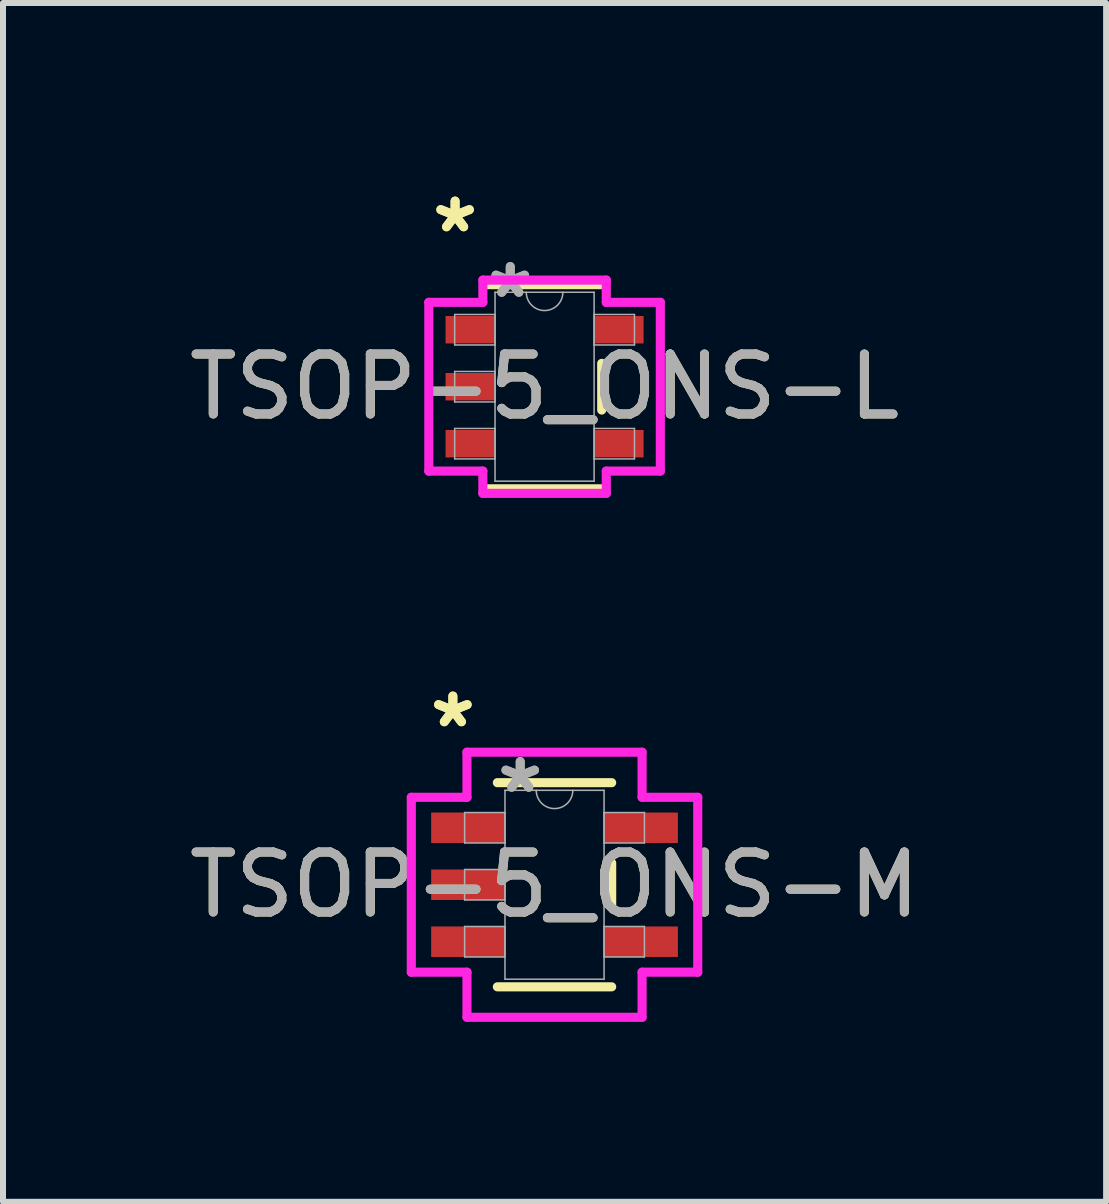
<source format=kicad_pcb>
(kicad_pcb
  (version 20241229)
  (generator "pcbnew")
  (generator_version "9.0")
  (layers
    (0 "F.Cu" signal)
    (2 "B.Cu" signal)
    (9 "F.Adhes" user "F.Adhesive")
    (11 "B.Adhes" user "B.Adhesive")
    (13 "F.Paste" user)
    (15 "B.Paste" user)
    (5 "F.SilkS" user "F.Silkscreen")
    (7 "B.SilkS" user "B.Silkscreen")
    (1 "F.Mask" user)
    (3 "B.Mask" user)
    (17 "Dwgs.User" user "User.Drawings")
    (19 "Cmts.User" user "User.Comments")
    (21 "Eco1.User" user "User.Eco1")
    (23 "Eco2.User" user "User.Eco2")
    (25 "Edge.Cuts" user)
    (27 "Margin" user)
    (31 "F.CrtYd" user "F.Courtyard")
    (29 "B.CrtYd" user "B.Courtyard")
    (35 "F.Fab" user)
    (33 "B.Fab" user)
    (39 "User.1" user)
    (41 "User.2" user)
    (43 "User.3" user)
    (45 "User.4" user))
  (footprint "TSOP-5_ONS-L"
    (layer "F.Cu")
    (at 6.03 3.398)
    (property "Reference" "TSOP-5_ONS-L" (at 0 0 0) (unlocked yes) (layer "F.SilkS") (effects (font (size 1 1) (thickness 0.15))))
    (attr smd)
    (fp_line (start -0.953 1.702) (end 0.953 1.702) (stroke (width 0.152) (type solid)) (layer "F.SilkS"))
    (fp_line (start 0.953 -1.702) (end -0.953 -1.702) (stroke (width 0.152) (type solid)) (layer "F.SilkS"))
    (fp_line (start 0.953 0.389) (end 0.953 -0.389) (stroke (width 0.152) (type solid)) (layer "F.SilkS"))
    (fp_line (start -1.93 -1.407) (end -1.029 -1.407) (stroke (width 0.152) (type solid)) (layer "F.CrtYd"))
    (fp_line (start -1.93 1.407) (end -1.93 -1.407) (stroke (width 0.152) (type solid)) (layer "F.CrtYd"))
    (fp_line (start -1.029 -1.778) (end 1.029 -1.778) (stroke (width 0.152) (type solid)) (layer "F.CrtYd"))
    (fp_line (start -1.029 -1.407) (end -1.029 -1.778) (stroke (width 0.152) (type solid)) (layer "F.CrtYd"))
    (fp_line (start -1.029 1.407) (end -1.93 1.407) (stroke (width 0.152) (type solid)) (layer "F.CrtYd"))
    (fp_line (start -1.029 1.778) (end -1.029 1.407) (stroke (width 0.152) (type solid)) (layer "F.CrtYd"))
    (fp_line (start 1.029 -1.778) (end 1.029 -1.407) (stroke (width 0.152) (type solid)) (layer "F.CrtYd"))
    (fp_line (start 1.029 -1.407) (end 1.93 -1.407) (stroke (width 0.152) (type solid)) (layer "F.CrtYd"))
    (fp_line (start 1.029 1.407) (end 1.029 1.778) (stroke (width 0.152) (type solid)) (layer "F.CrtYd"))
    (fp_line (start 1.029 1.778) (end -1.029 1.778) (stroke (width 0.152) (type solid)) (layer "F.CrtYd"))
    (fp_line (start 1.93 -1.407) (end 1.93 1.407) (stroke (width 0.152) (type solid)) (layer "F.CrtYd"))
    (fp_line (start 1.93 1.407) (end 1.029 1.407) (stroke (width 0.152) (type solid)) (layer "F.CrtYd"))
    (fp_line (start -1.499 -1.204) (end -1.499 -0.696) (stroke (width 0.025) (type solid)) (layer "F.Fab"))
    (fp_line (start -1.499 -0.696) (end -0.826 -0.696) (stroke (width 0.025) (type solid)) (layer "F.Fab"))
    (fp_line (start -1.499 -0.254) (end -1.499 0.254) (stroke (width 0.025) (type solid)) (layer "F.Fab"))
    (fp_line (start -1.499 0.254) (end -0.826 0.254) (stroke (width 0.025) (type solid)) (layer "F.Fab"))
    (fp_line (start -1.499 0.696) (end -1.499 1.204) (stroke (width 0.025) (type solid)) (layer "F.Fab"))
    (fp_line (start -1.499 1.204) (end -0.826 1.204) (stroke (width 0.025) (type solid)) (layer "F.Fab"))
    (fp_line (start -0.826 -1.575) (end -0.826 1.575) (stroke (width 0.025) (type solid)) (layer "F.Fab"))
    (fp_line (start -0.826 -1.204) (end -1.499 -1.204) (stroke (width 0.025) (type solid)) (layer "F.Fab"))
    (fp_line (start -0.826 -0.696) (end -0.826 -1.204) (stroke (width 0.025) (type solid)) (layer "F.Fab"))
    (fp_line (start -0.826 -0.254) (end -1.499 -0.254) (stroke (width 0.025) (type solid)) (layer "F.Fab"))
    (fp_line (start -0.826 0.254) (end -0.826 -0.254) (stroke (width 0.025) (type solid)) (layer "F.Fab"))
    (fp_line (start -0.826 0.696) (end -1.499 0.696) (stroke (width 0.025) (type solid)) (layer "F.Fab"))
    (fp_line (start -0.826 1.204) (end -0.826 0.696) (stroke (width 0.025) (type solid)) (layer "F.Fab"))
    (fp_line (start -0.826 1.575) (end 0.826 1.575) (stroke (width 0.025) (type solid)) (layer "F.Fab"))
    (fp_line (start 0.826 -1.575) (end -0.826 -1.575) (stroke (width 0.025) (type solid)) (layer "F.Fab"))
    (fp_line (start 0.826 -1.204) (end 0.826 -0.696) (stroke (width 0.025) (type solid)) (layer "F.Fab"))
    (fp_line (start 0.826 -0.696) (end 1.499 -0.696) (stroke (width 0.025) (type solid)) (layer "F.Fab"))
    (fp_line (start 0.826 0.696) (end 0.826 1.204) (stroke (width 0.025) (type solid)) (layer "F.Fab"))
    (fp_line (start 0.826 1.204) (end 1.499 1.204) (stroke (width 0.025) (type solid)) (layer "F.Fab"))
    (fp_line (start 0.826 1.575) (end 0.826 -1.575) (stroke (width 0.025) (type solid)) (layer "F.Fab"))
    (fp_line (start 1.499 -1.204) (end 0.826 -1.204) (stroke (width 0.025) (type solid)) (layer "F.Fab"))
    (fp_line (start 1.499 -0.696) (end 1.499 -1.204) (stroke (width 0.025) (type solid)) (layer "F.Fab"))
    (fp_line (start 1.499 0.696) (end 0.826 0.696) (stroke (width 0.025) (type solid)) (layer "F.Fab"))
    (fp_line (start 1.499 1.204) (end 1.499 0.696) (stroke (width 0.025) (type solid)) (layer "F.Fab"))
    (fp_arc (start 0.3048 -1.5748) (mid 0 -1.27) (end -0.3048 -1.5748) (stroke (width 0.0254) (type solid)) (layer "F.Fab"))
    (fp_text user "*" (at -1.492 -2.55 0) (unlocked yes) (layer "F.SilkS") (effects (font (size 1 1) (thickness 0.15))))
    (fp_text user "*" (at -1.492 -2.55 0) (layer "F.SilkS") (effects (font (size 1 1) (thickness 0.15))))
    (fp_text user "*" (at -0.572 -1.458 0) (layer "F.Fab") (effects (font (size 1 1) (thickness 0.15))))
    (fp_text user "${REFERENCE}" (at 0 0 0) (unlocked yes) (layer "F.Fab") (effects (font (size 1 1) (thickness 0.15))))
    (fp_text user "*" (at -0.572 -1.458 0) (unlocked yes) (layer "F.Fab") (effects (font (size 1 1) (thickness 0.15))))
    (pad "1" smd rect (at -1.238 -0.95) (size 0.826 0.457) (layers "F.Cu" "F.Mask" "F.Paste"))
    (pad "2" smd rect (at -1.238 0) (size 0.826 0.457) (layers "F.Cu" "F.Mask" "F.Paste"))
    (pad "3" smd rect (at -1.238 0.95) (size 0.826 0.457) (layers "F.Cu" "F.Mask" "F.Paste"))
    (pad "4" smd rect (at 1.238 0.95) (size 0.826 0.457) (layers "F.Cu" "F.Mask" "F.Paste"))
    (pad "5" smd rect (at 1.238 -0.95) (size 0.826 0.457) (layers "F.Cu" "F.Mask" "F.Paste")))
  (footprint "TSOP-5_ONS-M"
    (layer "F.Cu")
    (at 6.196 11.702)
    (property "Reference" "TSOP-5_ONS-M" (at 0 0 0) (unlocked yes) (layer "F.SilkS") (effects (font (size 1 1) (thickness 0.15))))
    (attr smd)
    (fp_line (start -0.953 1.702) (end 0.953 1.702) (stroke (width 0.152) (type solid)) (layer "F.SilkS"))
    (fp_line (start 0.953 -1.702) (end -0.953 -1.702) (stroke (width 0.152) (type solid)) (layer "F.SilkS"))
    (fp_line (start 0.953 0.363) (end 0.953 -0.363) (stroke (width 0.152) (type solid)) (layer "F.SilkS"))
    (fp_line (start -2.388 -1.458) (end -1.46 -1.458) (stroke (width 0.152) (type solid)) (layer "F.CrtYd"))
    (fp_line (start -2.388 1.458) (end -2.388 -1.458) (stroke (width 0.152) (type solid)) (layer "F.CrtYd"))
    (fp_line (start -1.46 -2.21) (end 1.46 -2.21) (stroke (width 0.152) (type solid)) (layer "F.CrtYd"))
    (fp_line (start -1.46 -1.458) (end -1.46 -2.21) (stroke (width 0.152) (type solid)) (layer "F.CrtYd"))
    (fp_line (start -1.46 1.458) (end -2.388 1.458) (stroke (width 0.152) (type solid)) (layer "F.CrtYd"))
    (fp_line (start -1.46 2.21) (end -1.46 1.458) (stroke (width 0.152) (type solid)) (layer "F.CrtYd"))
    (fp_line (start 1.46 -2.21) (end 1.46 -1.458) (stroke (width 0.152) (type solid)) (layer "F.CrtYd"))
    (fp_line (start 1.46 -1.458) (end 2.388 -1.458) (stroke (width 0.152) (type solid)) (layer "F.CrtYd"))
    (fp_line (start 1.46 1.458) (end 1.46 2.21) (stroke (width 0.152) (type solid)) (layer "F.CrtYd"))
    (fp_line (start 1.46 2.21) (end -1.46 2.21) (stroke (width 0.152) (type solid)) (layer "F.CrtYd"))
    (fp_line (start 2.388 -1.458) (end 2.388 1.458) (stroke (width 0.152) (type solid)) (layer "F.CrtYd"))
    (fp_line (start 2.388 1.458) (end 1.46 1.458) (stroke (width 0.152) (type solid)) (layer "F.CrtYd"))
    (fp_line (start -1.499 -1.204) (end -1.499 -0.696) (stroke (width 0.025) (type solid)) (layer "F.Fab"))
    (fp_line (start -1.499 -0.696) (end -0.826 -0.696) (stroke (width 0.025) (type solid)) (layer "F.Fab"))
    (fp_line (start -1.499 -0.254) (end -1.499 0.254) (stroke (width 0.025) (type solid)) (layer "F.Fab"))
    (fp_line (start -1.499 0.254) (end -0.826 0.254) (stroke (width 0.025) (type solid)) (layer "F.Fab"))
    (fp_line (start -1.499 0.696) (end -1.499 1.204) (stroke (width 0.025) (type solid)) (layer "F.Fab"))
    (fp_line (start -1.499 1.204) (end -0.826 1.204) (stroke (width 0.025) (type solid)) (layer "F.Fab"))
    (fp_line (start -0.826 -1.575) (end -0.826 1.575) (stroke (width 0.025) (type solid)) (layer "F.Fab"))
    (fp_line (start -0.826 -1.204) (end -1.499 -1.204) (stroke (width 0.025) (type solid)) (layer "F.Fab"))
    (fp_line (start -0.826 -0.696) (end -0.826 -1.204) (stroke (width 0.025) (type solid)) (layer "F.Fab"))
    (fp_line (start -0.826 -0.254) (end -1.499 -0.254) (stroke (width 0.025) (type solid)) (layer "F.Fab"))
    (fp_line (start -0.826 0.254) (end -0.826 -0.254) (stroke (width 0.025) (type solid)) (layer "F.Fab"))
    (fp_line (start -0.826 0.696) (end -1.499 0.696) (stroke (width 0.025) (type solid)) (layer "F.Fab"))
    (fp_line (start -0.826 1.204) (end -0.826 0.696) (stroke (width 0.025) (type solid)) (layer "F.Fab"))
    (fp_line (start -0.826 1.575) (end 0.826 1.575) (stroke (width 0.025) (type solid)) (layer "F.Fab"))
    (fp_line (start 0.826 -1.575) (end -0.826 -1.575) (stroke (width 0.025) (type solid)) (layer "F.Fab"))
    (fp_line (start 0.826 -1.204) (end 0.826 -0.696) (stroke (width 0.025) (type solid)) (layer "F.Fab"))
    (fp_line (start 0.826 -0.696) (end 1.499 -0.696) (stroke (width 0.025) (type solid)) (layer "F.Fab"))
    (fp_line (start 0.826 0.696) (end 0.826 1.204) (stroke (width 0.025) (type solid)) (layer "F.Fab"))
    (fp_line (start 0.826 1.204) (end 1.499 1.204) (stroke (width 0.025) (type solid)) (layer "F.Fab"))
    (fp_line (start 0.826 1.575) (end 0.826 -1.575) (stroke (width 0.025) (type solid)) (layer "F.Fab"))
    (fp_line (start 1.499 -1.204) (end 0.826 -1.204) (stroke (width 0.025) (type solid)) (layer "F.Fab"))
    (fp_line (start 1.499 -0.696) (end 1.499 -1.204) (stroke (width 0.025) (type solid)) (layer "F.Fab"))
    (fp_line (start 1.499 0.696) (end 0.826 0.696) (stroke (width 0.025) (type solid)) (layer "F.Fab"))
    (fp_line (start 1.499 1.204) (end 1.499 0.696) (stroke (width 0.025) (type solid)) (layer "F.Fab"))
    (fp_arc (start 0.3048 -1.5748) (mid 0 -1.27) (end -0.3048 -1.5748) (stroke (width 0.0254) (type solid)) (layer "F.Fab"))
    (fp_text user "*" (at -1.695 -2.601 0) (unlocked yes) (layer "F.SilkS") (effects (font (size 1 1) (thickness 0.15))))
    (fp_text user "*" (at -1.695 -2.601 0) (layer "F.SilkS") (effects (font (size 1 1) (thickness 0.15))))
    (fp_text user "*" (at -0.572 -1.509 0) (layer "F.Fab") (effects (font (size 1 1) (thickness 0.15))))
    (fp_text user "${REFERENCE}" (at 0 0 0) (unlocked yes) (layer "F.Fab") (effects (font (size 1 1) (thickness 0.15))))
    (fp_text user "*" (at -0.572 -1.509 0) (unlocked yes) (layer "F.Fab") (effects (font (size 1 1) (thickness 0.15))))
    (pad "1" smd rect (at -1.441 -0.95) (size 1.232 0.508) (layers "F.Cu" "F.Mask" "F.Paste"))
    (pad "2" smd rect (at -1.441 0) (size 1.232 0.508) (layers "F.Cu" "F.Mask" "F.Paste"))
    (pad "3" smd rect (at -1.441 0.95) (size 1.232 0.508) (layers "F.Cu" "F.Mask" "F.Paste"))
    (pad "4" smd rect (at 1.441 0.95) (size 1.232 0.508) (layers "F.Cu" "F.Mask" "F.Paste"))
    (pad "5" smd rect (at 1.441 -0.95) (size 1.232 0.508) (layers "F.Cu" "F.Mask" "F.Paste")))
  (gr_rect
    (start -3 -3)
    (end 15.393 16.988)
    (stroke (width 0.1) (type default))
    (fill no)
    (layer "Edge.Cuts")))
</source>
